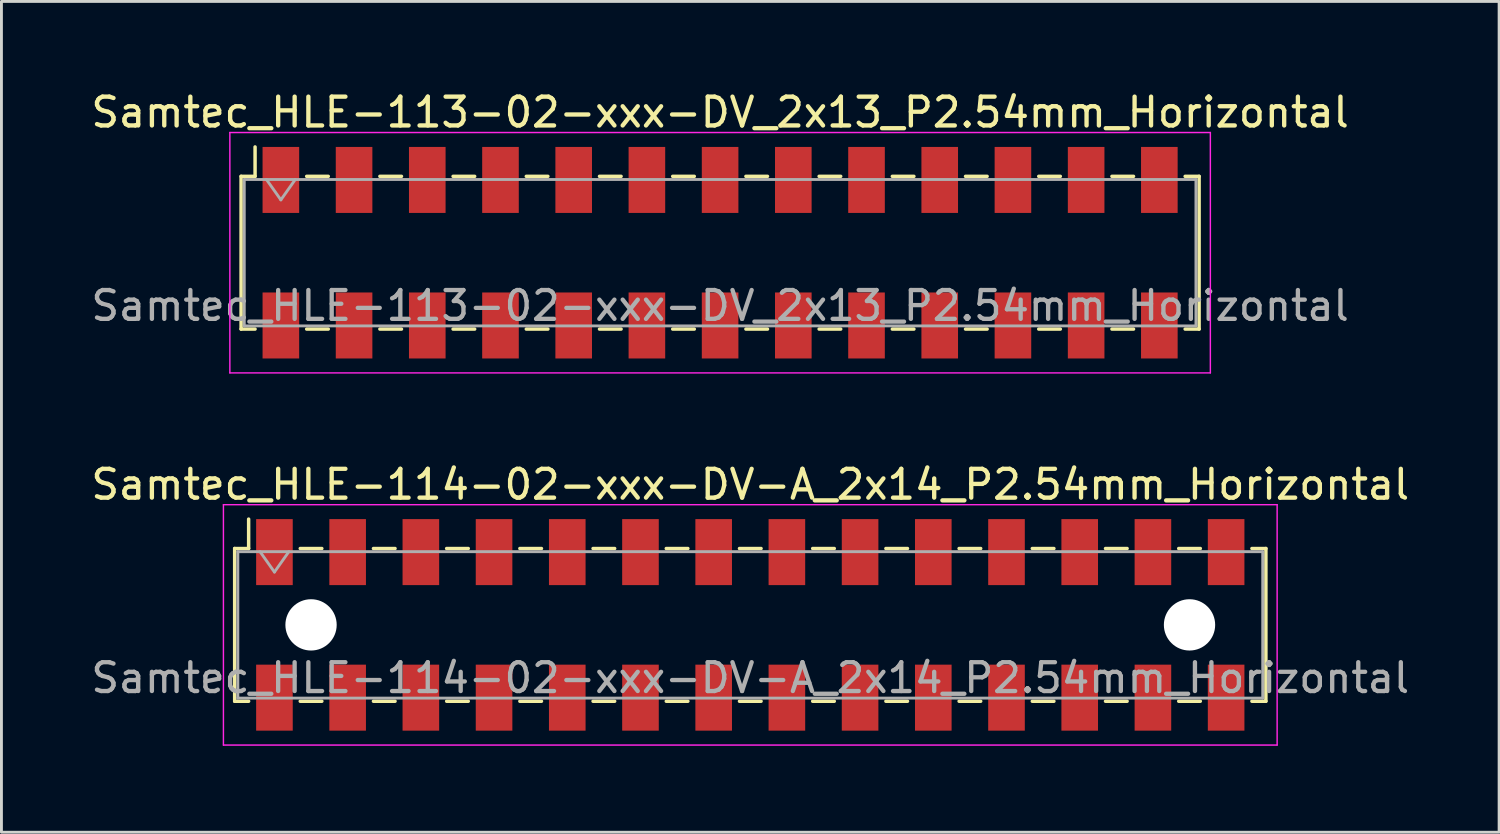
<source format=kicad_pcb>
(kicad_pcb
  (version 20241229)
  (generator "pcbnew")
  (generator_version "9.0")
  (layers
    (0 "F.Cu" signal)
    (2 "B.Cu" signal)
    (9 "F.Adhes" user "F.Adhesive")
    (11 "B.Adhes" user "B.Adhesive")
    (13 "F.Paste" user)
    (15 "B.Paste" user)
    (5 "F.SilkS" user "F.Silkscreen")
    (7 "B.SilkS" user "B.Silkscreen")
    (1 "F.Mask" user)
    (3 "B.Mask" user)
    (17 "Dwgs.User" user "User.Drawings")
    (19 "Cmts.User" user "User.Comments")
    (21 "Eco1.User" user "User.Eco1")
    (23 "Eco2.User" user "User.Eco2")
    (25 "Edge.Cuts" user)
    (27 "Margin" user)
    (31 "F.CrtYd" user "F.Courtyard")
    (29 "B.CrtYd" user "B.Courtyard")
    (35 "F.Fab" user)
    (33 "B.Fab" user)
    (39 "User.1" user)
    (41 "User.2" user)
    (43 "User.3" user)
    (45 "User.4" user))
  (footprint "Samtec_HLE-113-02-xxx-DV_2x13_P2.54mm_Horizontal"
    (layer "F.Cu")
    (at 21.935 5.718)
    (property "Reference" "Samtec_HLE-113-02-xxx-DV_2x13_P2.54mm_Horizontal" (at 0 -4.87 0) (layer "F.SilkS") (effects (font (size 1 1) (thickness 0.15))))
    (attr smd)
    (fp_line (start -16.62 -2.65) (end -16.62 2.65) (stroke (width 0.12) (type solid)) (layer "F.SilkS"))
    (fp_line (start -16.62 2.65) (end -16.135 2.65) (stroke (width 0.12) (type solid)) (layer "F.SilkS"))
    (fp_line (start -16.135 -3.67) (end -16.135 -2.65) (stroke (width 0.12) (type solid)) (layer "F.SilkS"))
    (fp_line (start -16.135 -2.65) (end -16.62 -2.65) (stroke (width 0.12) (type solid)) (layer "F.SilkS"))
    (fp_line (start -14.345 -2.65) (end -13.595 -2.65) (stroke (width 0.12) (type solid)) (layer "F.SilkS"))
    (fp_line (start -14.345 2.65) (end -13.595 2.65) (stroke (width 0.12) (type solid)) (layer "F.SilkS"))
    (fp_line (start -11.805 -2.65) (end -11.055 -2.65) (stroke (width 0.12) (type solid)) (layer "F.SilkS"))
    (fp_line (start -11.805 2.65) (end -11.055 2.65) (stroke (width 0.12) (type solid)) (layer "F.SilkS"))
    (fp_line (start -9.265 -2.65) (end -8.515 -2.65) (stroke (width 0.12) (type solid)) (layer "F.SilkS"))
    (fp_line (start -9.265 2.65) (end -8.515 2.65) (stroke (width 0.12) (type solid)) (layer "F.SilkS"))
    (fp_line (start -6.725 -2.65) (end -5.975 -2.65) (stroke (width 0.12) (type solid)) (layer "F.SilkS"))
    (fp_line (start -6.725 2.65) (end -5.975 2.65) (stroke (width 0.12) (type solid)) (layer "F.SilkS"))
    (fp_line (start -4.185 -2.65) (end -3.435 -2.65) (stroke (width 0.12) (type solid)) (layer "F.SilkS"))
    (fp_line (start -4.185 2.65) (end -3.435 2.65) (stroke (width 0.12) (type solid)) (layer "F.SilkS"))
    (fp_line (start -1.645 -2.65) (end -0.895 -2.65) (stroke (width 0.12) (type solid)) (layer "F.SilkS"))
    (fp_line (start -1.645 2.65) (end -0.895 2.65) (stroke (width 0.12) (type solid)) (layer "F.SilkS"))
    (fp_line (start 0.895 -2.65) (end 1.645 -2.65) (stroke (width 0.12) (type solid)) (layer "F.SilkS"))
    (fp_line (start 0.895 2.65) (end 1.645 2.65) (stroke (width 0.12) (type solid)) (layer "F.SilkS"))
    (fp_line (start 3.435 -2.65) (end 4.185 -2.65) (stroke (width 0.12) (type solid)) (layer "F.SilkS"))
    (fp_line (start 3.435 2.65) (end 4.185 2.65) (stroke (width 0.12) (type solid)) (layer "F.SilkS"))
    (fp_line (start 5.975 -2.65) (end 6.725 -2.65) (stroke (width 0.12) (type solid)) (layer "F.SilkS"))
    (fp_line (start 5.975 2.65) (end 6.725 2.65) (stroke (width 0.12) (type solid)) (layer "F.SilkS"))
    (fp_line (start 8.515 -2.65) (end 9.265 -2.65) (stroke (width 0.12) (type solid)) (layer "F.SilkS"))
    (fp_line (start 8.515 2.65) (end 9.265 2.65) (stroke (width 0.12) (type solid)) (layer "F.SilkS"))
    (fp_line (start 11.055 -2.65) (end 11.805 -2.65) (stroke (width 0.12) (type solid)) (layer "F.SilkS"))
    (fp_line (start 11.055 2.65) (end 11.805 2.65) (stroke (width 0.12) (type solid)) (layer "F.SilkS"))
    (fp_line (start 13.595 -2.65) (end 14.345 -2.65) (stroke (width 0.12) (type solid)) (layer "F.SilkS"))
    (fp_line (start 13.595 2.65) (end 14.345 2.65) (stroke (width 0.12) (type solid)) (layer "F.SilkS"))
    (fp_line (start 16.135 -2.65) (end 16.62 -2.65) (stroke (width 0.12) (type solid)) (layer "F.SilkS"))
    (fp_line (start 16.62 -2.65) (end 16.62 2.65) (stroke (width 0.12) (type solid)) (layer "F.SilkS"))
    (fp_line (start 16.62 2.65) (end 16.135 2.65) (stroke (width 0.12) (type solid)) (layer "F.SilkS"))
    (fp_line (start -17.01 -4.17) (end 17.01 -4.17) (stroke (width 0.05) (type solid)) (layer "F.CrtYd"))
    (fp_line (start -17.01 4.17) (end -17.01 -4.17) (stroke (width 0.05) (type solid)) (layer "F.CrtYd"))
    (fp_line (start 17.01 -4.17) (end 17.01 4.17) (stroke (width 0.05) (type solid)) (layer "F.CrtYd"))
    (fp_line (start 17.01 4.17) (end -17.01 4.17) (stroke (width 0.05) (type solid)) (layer "F.CrtYd"))
    (fp_line (start -16.51 -2.54) (end 16.51 -2.54) (stroke (width 0.1) (type solid)) (layer "F.Fab"))
    (fp_line (start -16.51 2.54) (end -16.51 -2.54) (stroke (width 0.1) (type solid)) (layer "F.Fab"))
    (fp_line (start -15.74 -2.54) (end -15.24 -1.833) (stroke (width 0.1) (type solid)) (layer "F.Fab"))
    (fp_line (start -15.24 -1.833) (end -14.74 -2.54) (stroke (width 0.1) (type solid)) (layer "F.Fab"))
    (fp_line (start 16.51 -2.54) (end 16.51 2.54) (stroke (width 0.1) (type solid)) (layer "F.Fab"))
    (fp_line (start 16.51 2.54) (end -16.51 2.54) (stroke (width 0.1) (type solid)) (layer "F.Fab"))
    (fp_text user "${REFERENCE}" (at 0 1.84 0) (layer "F.Fab") (effects (font (size 1 1) (thickness 0.15))))
    (pad "1" smd rect (at -15.24 -2.525) (size 1.27 2.29) (layers "F.Cu" "F.Mask" "F.Paste"))
    (pad "2" smd rect (at -15.24 2.525) (size 1.27 2.29) (layers "F.Cu" "F.Mask" "F.Paste"))
    (pad "3" smd rect (at -12.7 -2.525) (size 1.27 2.29) (layers "F.Cu" "F.Mask" "F.Paste"))
    (pad "4" smd rect (at -12.7 2.525) (size 1.27 2.29) (layers "F.Cu" "F.Mask" "F.Paste"))
    (pad "5" smd rect (at -10.16 -2.525) (size 1.27 2.29) (layers "F.Cu" "F.Mask" "F.Paste"))
    (pad "6" smd rect (at -10.16 2.525) (size 1.27 2.29) (layers "F.Cu" "F.Mask" "F.Paste"))
    (pad "7" smd rect (at -7.62 -2.525) (size 1.27 2.29) (layers "F.Cu" "F.Mask" "F.Paste"))
    (pad "8" smd rect (at -7.62 2.525) (size 1.27 2.29) (layers "F.Cu" "F.Mask" "F.Paste"))
    (pad "9" smd rect (at -5.08 -2.525) (size 1.27 2.29) (layers "F.Cu" "F.Mask" "F.Paste"))
    (pad "10" smd rect (at -5.08 2.525) (size 1.27 2.29) (layers "F.Cu" "F.Mask" "F.Paste"))
    (pad "11" smd rect (at -2.54 -2.525) (size 1.27 2.29) (layers "F.Cu" "F.Mask" "F.Paste"))
    (pad "12" smd rect (at -2.54 2.525) (size 1.27 2.29) (layers "F.Cu" "F.Mask" "F.Paste"))
    (pad "13" smd rect (at 0 -2.525) (size 1.27 2.29) (layers "F.Cu" "F.Mask" "F.Paste"))
    (pad "14" smd rect (at 0 2.525) (size 1.27 2.29) (layers "F.Cu" "F.Mask" "F.Paste"))
    (pad "15" smd rect (at 2.54 -2.525) (size 1.27 2.29) (layers "F.Cu" "F.Mask" "F.Paste"))
    (pad "16" smd rect (at 2.54 2.525) (size 1.27 2.29) (layers "F.Cu" "F.Mask" "F.Paste"))
    (pad "17" smd rect (at 5.08 -2.525) (size 1.27 2.29) (layers "F.Cu" "F.Mask" "F.Paste"))
    (pad "18" smd rect (at 5.08 2.525) (size 1.27 2.29) (layers "F.Cu" "F.Mask" "F.Paste"))
    (pad "19" smd rect (at 7.62 -2.525) (size 1.27 2.29) (layers "F.Cu" "F.Mask" "F.Paste"))
    (pad "20" smd rect (at 7.62 2.525) (size 1.27 2.29) (layers "F.Cu" "F.Mask" "F.Paste"))
    (pad "21" smd rect (at 10.16 -2.525) (size 1.27 2.29) (layers "F.Cu" "F.Mask" "F.Paste"))
    (pad "22" smd rect (at 10.16 2.525) (size 1.27 2.29) (layers "F.Cu" "F.Mask" "F.Paste"))
    (pad "23" smd rect (at 12.7 -2.525) (size 1.27 2.29) (layers "F.Cu" "F.Mask" "F.Paste"))
    (pad "24" smd rect (at 12.7 2.525) (size 1.27 2.29) (layers "F.Cu" "F.Mask" "F.Paste"))
    (pad "25" smd rect (at 15.24 -2.525) (size 1.27 2.29) (layers "F.Cu" "F.Mask" "F.Paste"))
    (pad "26" smd rect (at 15.24 2.525) (size 1.27 2.29) (layers "F.Cu" "F.Mask" "F.Paste")))
  (footprint "Samtec_HLE-114-02-xxx-DV-A_2x14_P2.54mm_Horizontal"
    (layer "F.Cu")
    (at 22.982 18.631)
    (property "Reference" "Samtec_HLE-114-02-xxx-DV-A_2x14_P2.54mm_Horizontal" (at 0 -4.87 0) (layer "F.SilkS") (effects (font (size 1 1) (thickness 0.15))))
    (attr smd)
    (fp_line (start -17.89 -2.65) (end -17.89 2.65) (stroke (width 0.12) (type solid)) (layer "F.SilkS"))
    (fp_line (start -17.89 2.65) (end -17.405 2.65) (stroke (width 0.12) (type solid)) (layer "F.SilkS"))
    (fp_line (start -17.405 -3.67) (end -17.405 -2.65) (stroke (width 0.12) (type solid)) (layer "F.SilkS"))
    (fp_line (start -17.405 -2.65) (end -17.89 -2.65) (stroke (width 0.12) (type solid)) (layer "F.SilkS"))
    (fp_line (start -15.615 -2.65) (end -14.865 -2.65) (stroke (width 0.12) (type solid)) (layer "F.SilkS"))
    (fp_line (start -15.615 2.65) (end -14.865 2.65) (stroke (width 0.12) (type solid)) (layer "F.SilkS"))
    (fp_line (start -13.075 -2.65) (end -12.325 -2.65) (stroke (width 0.12) (type solid)) (layer "F.SilkS"))
    (fp_line (start -13.075 2.65) (end -12.325 2.65) (stroke (width 0.12) (type solid)) (layer "F.SilkS"))
    (fp_line (start -10.535 -2.65) (end -9.785 -2.65) (stroke (width 0.12) (type solid)) (layer "F.SilkS"))
    (fp_line (start -10.535 2.65) (end -9.785 2.65) (stroke (width 0.12) (type solid)) (layer "F.SilkS"))
    (fp_line (start -7.995 -2.65) (end -7.245 -2.65) (stroke (width 0.12) (type solid)) (layer "F.SilkS"))
    (fp_line (start -7.995 2.65) (end -7.245 2.65) (stroke (width 0.12) (type solid)) (layer "F.SilkS"))
    (fp_line (start -5.455 -2.65) (end -4.705 -2.65) (stroke (width 0.12) (type solid)) (layer "F.SilkS"))
    (fp_line (start -5.455 2.65) (end -4.705 2.65) (stroke (width 0.12) (type solid)) (layer "F.SilkS"))
    (fp_line (start -2.915 -2.65) (end -2.165 -2.65) (stroke (width 0.12) (type solid)) (layer "F.SilkS"))
    (fp_line (start -2.915 2.65) (end -2.165 2.65) (stroke (width 0.12) (type solid)) (layer "F.SilkS"))
    (fp_line (start -0.375 -2.65) (end 0.375 -2.65) (stroke (width 0.12) (type solid)) (layer "F.SilkS"))
    (fp_line (start -0.375 2.65) (end 0.375 2.65) (stroke (width 0.12) (type solid)) (layer "F.SilkS"))
    (fp_line (start 2.165 -2.65) (end 2.915 -2.65) (stroke (width 0.12) (type solid)) (layer "F.SilkS"))
    (fp_line (start 2.165 2.65) (end 2.915 2.65) (stroke (width 0.12) (type solid)) (layer "F.SilkS"))
    (fp_line (start 4.705 -2.65) (end 5.455 -2.65) (stroke (width 0.12) (type solid)) (layer "F.SilkS"))
    (fp_line (start 4.705 2.65) (end 5.455 2.65) (stroke (width 0.12) (type solid)) (layer "F.SilkS"))
    (fp_line (start 7.245 -2.65) (end 7.995 -2.65) (stroke (width 0.12) (type solid)) (layer "F.SilkS"))
    (fp_line (start 7.245 2.65) (end 7.995 2.65) (stroke (width 0.12) (type solid)) (layer "F.SilkS"))
    (fp_line (start 9.785 -2.65) (end 10.535 -2.65) (stroke (width 0.12) (type solid)) (layer "F.SilkS"))
    (fp_line (start 9.785 2.65) (end 10.535 2.65) (stroke (width 0.12) (type solid)) (layer "F.SilkS"))
    (fp_line (start 12.325 -2.65) (end 13.075 -2.65) (stroke (width 0.12) (type solid)) (layer "F.SilkS"))
    (fp_line (start 12.325 2.65) (end 13.075 2.65) (stroke (width 0.12) (type solid)) (layer "F.SilkS"))
    (fp_line (start 14.865 -2.65) (end 15.615 -2.65) (stroke (width 0.12) (type solid)) (layer "F.SilkS"))
    (fp_line (start 14.865 2.65) (end 15.615 2.65) (stroke (width 0.12) (type solid)) (layer "F.SilkS"))
    (fp_line (start 17.405 -2.65) (end 17.89 -2.65) (stroke (width 0.12) (type solid)) (layer "F.SilkS"))
    (fp_line (start 17.89 -2.65) (end 17.89 2.65) (stroke (width 0.12) (type solid)) (layer "F.SilkS"))
    (fp_line (start 17.89 2.65) (end 17.405 2.65) (stroke (width 0.12) (type solid)) (layer "F.SilkS"))
    (fp_line (start -18.28 -4.17) (end 18.28 -4.17) (stroke (width 0.05) (type solid)) (layer "F.CrtYd"))
    (fp_line (start -18.28 4.17) (end -18.28 -4.17) (stroke (width 0.05) (type solid)) (layer "F.CrtYd"))
    (fp_line (start 18.28 -4.17) (end 18.28 4.17) (stroke (width 0.05) (type solid)) (layer "F.CrtYd"))
    (fp_line (start 18.28 4.17) (end -18.28 4.17) (stroke (width 0.05) (type solid)) (layer "F.CrtYd"))
    (fp_line (start -17.78 -2.54) (end 17.78 -2.54) (stroke (width 0.1) (type solid)) (layer "F.Fab"))
    (fp_line (start -17.78 2.54) (end -17.78 -2.54) (stroke (width 0.1) (type solid)) (layer "F.Fab"))
    (fp_line (start -17.01 -2.54) (end -16.51 -1.833) (stroke (width 0.1) (type solid)) (layer "F.Fab"))
    (fp_line (start -16.51 -1.833) (end -16.01 -2.54) (stroke (width 0.1) (type solid)) (layer "F.Fab"))
    (fp_line (start 17.78 -2.54) (end 17.78 2.54) (stroke (width 0.1) (type solid)) (layer "F.Fab"))
    (fp_line (start 17.78 2.54) (end -17.78 2.54) (stroke (width 0.1) (type solid)) (layer "F.Fab"))
    (fp_text user "${REFERENCE}" (at 0 1.84 0) (layer "F.Fab") (effects (font (size 1 1) (thickness 0.15))))
    (pad "" np_thru_hole circle (at -15.24 0) (size 1.78 1.78) (drill 1.78) (layers "*.Cu" "*.Mask"))
    (pad "" np_thru_hole circle (at 15.24 0) (size 1.78 1.78) (drill 1.78) (layers "*.Cu" "*.Mask"))
    (pad "1" smd rect (at -16.51 -2.525) (size 1.27 2.29) (layers "F.Cu" "F.Mask" "F.Paste"))
    (pad "2" smd rect (at -16.51 2.525) (size 1.27 2.29) (layers "F.Cu" "F.Mask" "F.Paste"))
    (pad "3" smd rect (at -13.97 -2.525) (size 1.27 2.29) (layers "F.Cu" "F.Mask" "F.Paste"))
    (pad "4" smd rect (at -13.97 2.525) (size 1.27 2.29) (layers "F.Cu" "F.Mask" "F.Paste"))
    (pad "5" smd rect (at -11.43 -2.525) (size 1.27 2.29) (layers "F.Cu" "F.Mask" "F.Paste"))
    (pad "6" smd rect (at -11.43 2.525) (size 1.27 2.29) (layers "F.Cu" "F.Mask" "F.Paste"))
    (pad "7" smd rect (at -8.89 -2.525) (size 1.27 2.29) (layers "F.Cu" "F.Mask" "F.Paste"))
    (pad "8" smd rect (at -8.89 2.525) (size 1.27 2.29) (layers "F.Cu" "F.Mask" "F.Paste"))
    (pad "9" smd rect (at -6.35 -2.525) (size 1.27 2.29) (layers "F.Cu" "F.Mask" "F.Paste"))
    (pad "10" smd rect (at -6.35 2.525) (size 1.27 2.29) (layers "F.Cu" "F.Mask" "F.Paste"))
    (pad "11" smd rect (at -3.81 -2.525) (size 1.27 2.29) (layers "F.Cu" "F.Mask" "F.Paste"))
    (pad "12" smd rect (at -3.81 2.525) (size 1.27 2.29) (layers "F.Cu" "F.Mask" "F.Paste"))
    (pad "13" smd rect (at -1.27 -2.525) (size 1.27 2.29) (layers "F.Cu" "F.Mask" "F.Paste"))
    (pad "14" smd rect (at -1.27 2.525) (size 1.27 2.29) (layers "F.Cu" "F.Mask" "F.Paste"))
    (pad "15" smd rect (at 1.27 -2.525) (size 1.27 2.29) (layers "F.Cu" "F.Mask" "F.Paste"))
    (pad "16" smd rect (at 1.27 2.525) (size 1.27 2.29) (layers "F.Cu" "F.Mask" "F.Paste"))
    (pad "17" smd rect (at 3.81 -2.525) (size 1.27 2.29) (layers "F.Cu" "F.Mask" "F.Paste"))
    (pad "18" smd rect (at 3.81 2.525) (size 1.27 2.29) (layers "F.Cu" "F.Mask" "F.Paste"))
    (pad "19" smd rect (at 6.35 -2.525) (size 1.27 2.29) (layers "F.Cu" "F.Mask" "F.Paste"))
    (pad "20" smd rect (at 6.35 2.525) (size 1.27 2.29) (layers "F.Cu" "F.Mask" "F.Paste"))
    (pad "21" smd rect (at 8.89 -2.525) (size 1.27 2.29) (layers "F.Cu" "F.Mask" "F.Paste"))
    (pad "22" smd rect (at 8.89 2.525) (size 1.27 2.29) (layers "F.Cu" "F.Mask" "F.Paste"))
    (pad "23" smd rect (at 11.43 -2.525) (size 1.27 2.29) (layers "F.Cu" "F.Mask" "F.Paste"))
    (pad "24" smd rect (at 11.43 2.525) (size 1.27 2.29) (layers "F.Cu" "F.Mask" "F.Paste"))
    (pad "25" smd rect (at 13.97 -2.525) (size 1.27 2.29) (layers "F.Cu" "F.Mask" "F.Paste"))
    (pad "26" smd rect (at 13.97 2.525) (size 1.27 2.29) (layers "F.Cu" "F.Mask" "F.Paste"))
    (pad "27" smd rect (at 16.51 -2.525) (size 1.27 2.29) (layers "F.Cu" "F.Mask" "F.Paste"))
    (pad "28" smd rect (at 16.51 2.525) (size 1.27 2.29) (layers "F.Cu" "F.Mask" "F.Paste")))
  (gr_rect
    (start -3 -3)
    (end 48.964 25.826)
    (stroke (width 0.1) (type default))
    (fill no)
    (layer "Edge.Cuts")))
</source>
